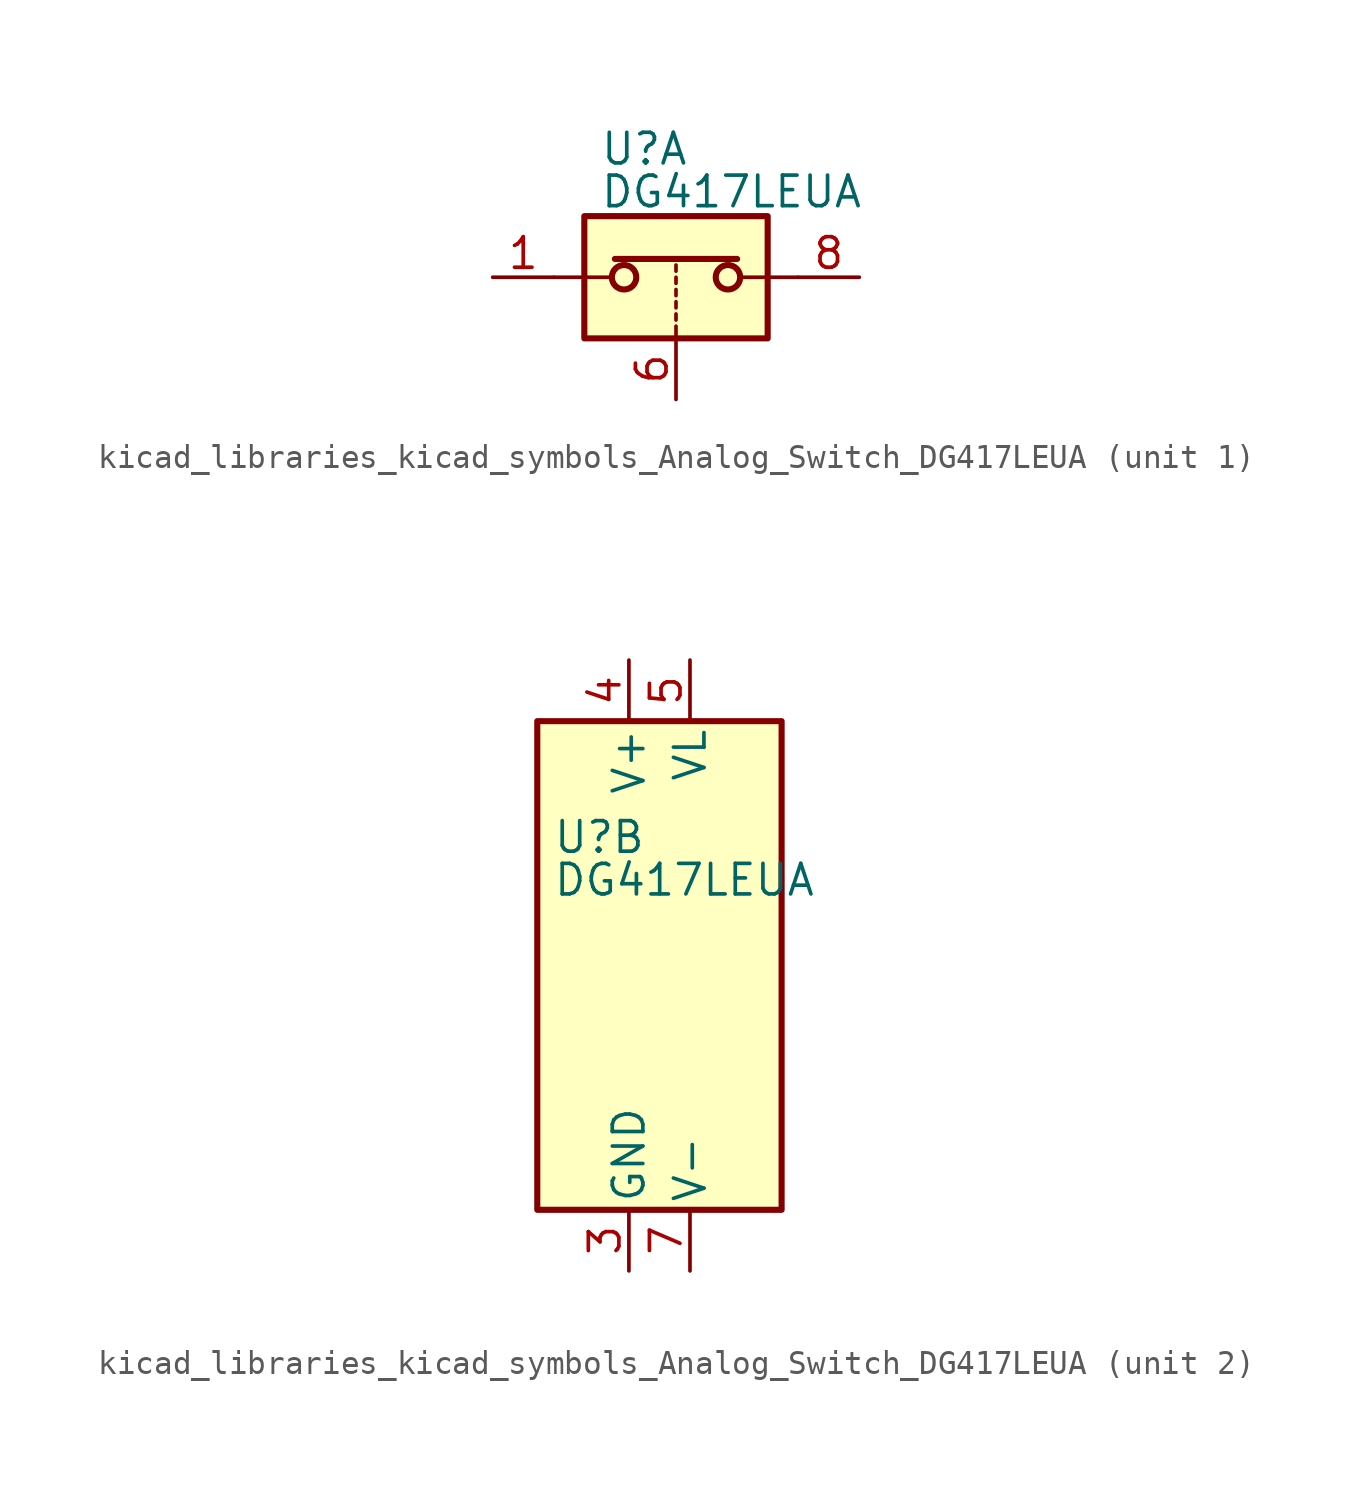
<source format=kicad_sym>
(kicad_symbol_lib
  (version 20220914)
  (generator kicad_symbol_editor)
  (symbol "kicad_libraries_kicad_symbols_Analog_Switch_DG417LEUA"
    (pin_names
      (offset 0.254))
    (property "Reference" "U"
      (at -3.175 5.334 0)
      (effects (font (size 1.27 1.27)) (justify left)))
    (property "Value" "DG417LEUA"
      (at -3.175 3.556 0)
      (effects (font (size 1.27 1.27)) (justify left)))
    (symbol "kicad_libraries_kicad_symbols_Analog_Switch_DG417LEUA_1_1"
      (rectangle (start -3.81 2.54) (end 3.81 -2.54) (stroke (width 0.254) (type default)) (fill (type background)))
      (circle (center -2.159 0) (radius 0.508) (stroke (width 0.254) (type default)) (fill (type none)))
      (polyline (pts (xy -5.08 0) (xy -2.794 0)) (stroke (width 0) (type default)) (fill (type none)))
      (polyline (pts (xy -2.54 0.762) (xy 2.54 0.762)) (stroke (width 0.254) (type default)) (fill (type none)))
      (polyline (pts (xy 0 -2.54) (xy 0 -2.032)) (stroke (width 0) (type default)) (fill (type none)))
      (polyline (pts (xy 0 -1.778) (xy 0 -1.524)) (stroke (width 0) (type default)) (fill (type none)))
      (polyline (pts (xy 0 -1.27) (xy 0 -1.016)) (stroke (width 0) (type default)) (fill (type none)))
      (polyline (pts (xy 0 -0.762) (xy 0 -0.508)) (stroke (width 0) (type default)) (fill (type none)))
      (polyline (pts (xy 0 -0.254) (xy 0 0)) (stroke (width 0) (type default)) (fill (type none)))
      (polyline (pts (xy 0 0.254) (xy 0 0.508)) (stroke (width 0) (type default)) (fill (type none)))
      (polyline (pts (xy 5.08 0) (xy 2.794 0)) (stroke (width 0) (type default)) (fill (type none)))
      (circle (center 2.159 0) (radius 0.508) (stroke (width 0.254) (type default)) (fill (type none)))
      (pin passive line (at -7.62 0 0) (length 2.54) (name "~" (effects (font (size 1.27 1.27)))) (number "1" (effects (font (size 1.27 1.27)))))
      (pin input line (at 0 -5.08 90) (length 2.54) (name "~" (effects (font (size 1.27 1.27)))) (number "6" (effects (font (size 1.27 1.27)))))
      (pin passive line (at 7.62 0 180) (length 2.54) (name "~" (effects (font (size 1.27 1.27)))) (number "8" (effects (font (size 1.27 1.27))))))
    (symbol "kicad_libraries_kicad_symbols_Analog_Switch_DG417LEUA_2_0"
      (pin no_connect line (at -2.54 10.16 270) (length 2.54) hide (name "NC" (effects (font (size 1.27 1.27)))) (number "2" (effects (font (size 1.27 1.27)))))
      (pin power_in line (at 0 -12.7 90) (length 2.54) (name "GND" (effects (font (size 1.27 1.27)))) (number "3" (effects (font (size 1.27 1.27)))))
      (pin power_in line (at 0 12.7 270) (length 2.54) (name "V+" (effects (font (size 1.27 1.27)))) (number "4" (effects (font (size 1.27 1.27)))))
      (pin power_in line (at 2.54 12.7 270) (length 2.54) (name "VL" (effects (font (size 1.27 1.27)))) (number "5" (effects (font (size 1.27 1.27)))))
      (pin power_in line (at 2.54 -12.7 90) (length 2.54) (name "V-" (effects (font (size 1.27 1.27)))) (number "7" (effects (font (size 1.27 1.27))))))
    (symbol "kicad_libraries_kicad_symbols_Analog_Switch_DG417LEUA_2_1"
      (rectangle (start -3.81 10.16) (end 6.35 -10.16) (stroke (width 0.254) (type default)) (fill (type background))))))
</source>
